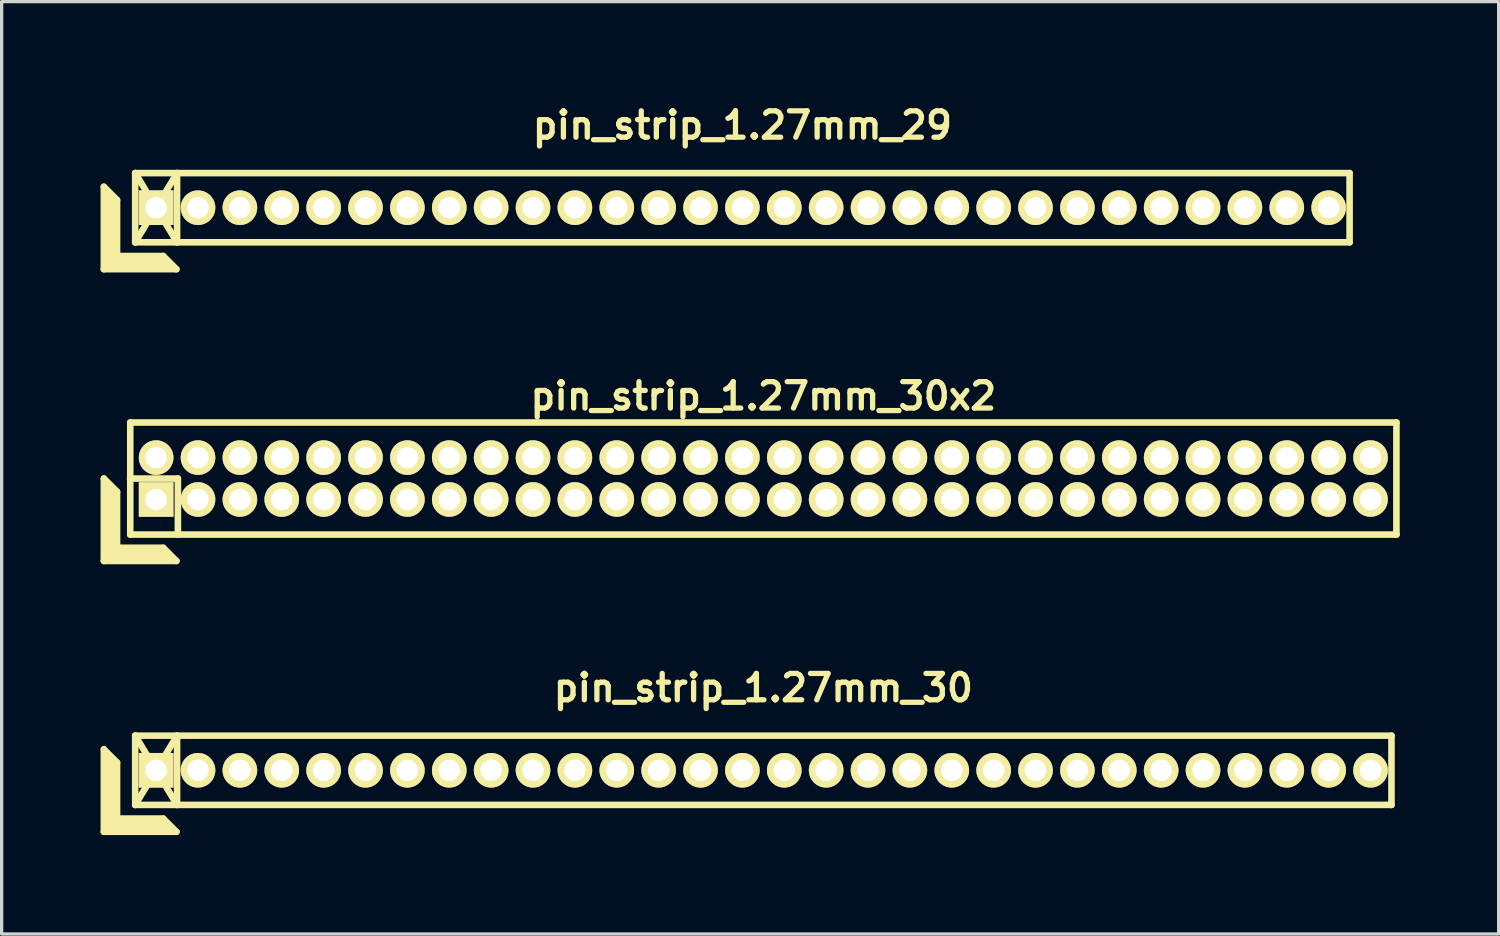
<source format=kicad_pcb>
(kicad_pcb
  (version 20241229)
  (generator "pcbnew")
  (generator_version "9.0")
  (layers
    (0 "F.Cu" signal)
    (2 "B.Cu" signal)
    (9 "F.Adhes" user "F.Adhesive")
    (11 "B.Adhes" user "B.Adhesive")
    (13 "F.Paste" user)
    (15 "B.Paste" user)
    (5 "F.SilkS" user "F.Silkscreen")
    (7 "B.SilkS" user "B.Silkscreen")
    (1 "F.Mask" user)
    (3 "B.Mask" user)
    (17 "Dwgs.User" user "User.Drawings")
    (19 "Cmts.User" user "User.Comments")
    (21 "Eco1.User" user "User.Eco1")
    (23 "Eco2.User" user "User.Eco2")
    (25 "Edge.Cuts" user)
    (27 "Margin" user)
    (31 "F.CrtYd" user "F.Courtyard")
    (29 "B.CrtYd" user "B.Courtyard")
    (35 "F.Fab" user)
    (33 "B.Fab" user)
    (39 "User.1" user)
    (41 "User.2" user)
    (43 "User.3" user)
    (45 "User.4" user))
  (footprint "pin_strip_1.27mm_29"
    (layer "F.Cu")
    (at 19.465 3.249)
    (property "Reference" "pin_strip_1.27mm_29" (at 0 -2.5 0) (layer "F.SilkS") (effects (font (size 0.8 0.8) (thickness 0.16))))
    (attr through_hole)
    (fp_line (start -19.365 -0.635) (end -19.365 1.865) (stroke (width 0.2) (type solid)) (layer "F.SilkS"))
    (fp_line (start -19.365 -0.635) (end -18.965 -0.235) (stroke (width 0.2) (type solid)) (layer "F.SilkS"))
    (fp_line (start -19.365 1.865) (end -17.165 1.865) (stroke (width 0.2) (type solid)) (layer "F.SilkS"))
    (fp_line (start -19.265 1.765) (end -19.265 -0.435) (stroke (width 0.2) (type solid)) (layer "F.SilkS"))
    (fp_line (start -19.265 1.765) (end -17.365 1.765) (stroke (width 0.2) (type solid)) (layer "F.SilkS"))
    (fp_line (start -19.165 1.665) (end -19.165 -0.335) (stroke (width 0.2) (type solid)) (layer "F.SilkS"))
    (fp_line (start -19.165 1.665) (end -17.465 1.665) (stroke (width 0.2) (type solid)) (layer "F.SilkS"))
    (fp_line (start -19.065 1.565) (end -19.065 -0.235) (stroke (width 0.2) (type solid)) (layer "F.SilkS"))
    (fp_line (start -19.065 1.565) (end -17.565 1.565) (stroke (width 0.2) (type solid)) (layer "F.SilkS"))
    (fp_line (start -18.965 1.465) (end -18.965 -0.235) (stroke (width 0.2) (type solid)) (layer "F.SilkS"))
    (fp_line (start -18.965 1.465) (end -17.565 1.465) (stroke (width 0.2) (type solid)) (layer "F.SilkS"))
    (fp_line (start -18.415 -1.05) (end -17.145 1.05) (stroke (width 0.2) (type solid)) (layer "F.SilkS"))
    (fp_line (start -18.415 -1.05) (end 18.415 -1.05) (stroke (width 0.2) (type solid)) (layer "F.SilkS"))
    (fp_line (start -18.415 1.05) (end -18.415 -1.05) (stroke (width 0.2) (type solid)) (layer "F.SilkS"))
    (fp_line (start -18.415 1.05) (end -17.145 -1.05) (stroke (width 0.2) (type solid)) (layer "F.SilkS"))
    (fp_line (start -17.565 1.465) (end -17.165 1.865) (stroke (width 0.2) (type solid)) (layer "F.SilkS"))
    (fp_line (start -17.145 -1.05) (end -17.145 1.05) (stroke (width 0.2) (type solid)) (layer "F.SilkS"))
    (fp_line (start 18.415 -1.05) (end 18.415 1.05) (stroke (width 0.2) (type solid)) (layer "F.SilkS"))
    (fp_line (start 18.415 1.05) (end -18.415 1.05) (stroke (width 0.2) (type solid)) (layer "F.SilkS"))
    (pad "1" thru_hole rect (at -17.78 0) (size 1.05 1.05) (drill 0.65) (layers "*.Cu" "*.Mask" "F.SilkS"))
    (pad "2" thru_hole oval (at -16.51 0) (size 1.05 1.05) (drill 0.65) (layers "*.Cu" "*.Mask" "F.SilkS"))
    (pad "3" thru_hole oval (at -15.24 0) (size 1.05 1.05) (drill 0.65) (layers "*.Cu" "*.Mask" "F.SilkS"))
    (pad "4" thru_hole oval (at -13.97 0) (size 1.05 1.05) (drill 0.65) (layers "*.Cu" "*.Mask" "F.SilkS"))
    (pad "5" thru_hole oval (at -12.7 0) (size 1.05 1.05) (drill 0.65) (layers "*.Cu" "*.Mask" "F.SilkS"))
    (pad "6" thru_hole oval (at -11.43 0) (size 1.05 1.05) (drill 0.65) (layers "*.Cu" "*.Mask" "F.SilkS"))
    (pad "7" thru_hole oval (at -10.16 0) (size 1.05 1.05) (drill 0.65) (layers "*.Cu" "*.Mask" "F.SilkS"))
    (pad "8" thru_hole oval (at -8.89 0) (size 1.05 1.05) (drill 0.65) (layers "*.Cu" "*.Mask" "F.SilkS"))
    (pad "9" thru_hole oval (at -7.62 0) (size 1.05 1.05) (drill 0.65) (layers "*.Cu" "*.Mask" "F.SilkS"))
    (pad "10" thru_hole oval (at -6.35 0) (size 1.05 1.05) (drill 0.65) (layers "*.Cu" "*.Mask" "F.SilkS"))
    (pad "11" thru_hole oval (at -5.08 0) (size 1.05 1.05) (drill 0.65) (layers "*.Cu" "*.Mask" "F.SilkS"))
    (pad "12" thru_hole oval (at -3.81 0) (size 1.05 1.05) (drill 0.65) (layers "*.Cu" "*.Mask" "F.SilkS"))
    (pad "13" thru_hole oval (at -2.54 0) (size 1.05 1.05) (drill 0.65) (layers "*.Cu" "*.Mask" "F.SilkS"))
    (pad "14" thru_hole oval (at -1.27 0) (size 1.05 1.05) (drill 0.65) (layers "*.Cu" "*.Mask" "F.SilkS"))
    (pad "15" thru_hole oval (at 0 0) (size 1.05 1.05) (drill 0.65) (layers "*.Cu" "*.Mask" "F.SilkS"))
    (pad "16" thru_hole oval (at 1.27 0) (size 1.05 1.05) (drill 0.65) (layers "*.Cu" "*.Mask" "F.SilkS"))
    (pad "17" thru_hole oval (at 2.54 0) (size 1.05 1.05) (drill 0.65) (layers "*.Cu" "*.Mask" "F.SilkS"))
    (pad "18" thru_hole oval (at 3.81 0) (size 1.05 1.05) (drill 0.65) (layers "*.Cu" "*.Mask" "F.SilkS"))
    (pad "19" thru_hole oval (at 5.08 0) (size 1.05 1.05) (drill 0.65) (layers "*.Cu" "*.Mask" "F.SilkS"))
    (pad "20" thru_hole oval (at 6.35 0) (size 1.05 1.05) (drill 0.65) (layers "*.Cu" "*.Mask" "F.SilkS"))
    (pad "21" thru_hole oval (at 7.62 0) (size 1.05 1.05) (drill 0.65) (layers "*.Cu" "*.Mask" "F.SilkS"))
    (pad "22" thru_hole oval (at 8.89 0) (size 1.05 1.05) (drill 0.65) (layers "*.Cu" "*.Mask" "F.SilkS"))
    (pad "23" thru_hole oval (at 10.16 0) (size 1.05 1.05) (drill 0.65) (layers "*.Cu" "*.Mask" "F.SilkS"))
    (pad "24" thru_hole oval (at 11.43 0) (size 1.05 1.05) (drill 0.65) (layers "*.Cu" "*.Mask" "F.SilkS"))
    (pad "25" thru_hole oval (at 12.7 0) (size 1.05 1.05) (drill 0.65) (layers "*.Cu" "*.Mask" "F.SilkS"))
    (pad "26" thru_hole oval (at 13.97 0) (size 1.05 1.05) (drill 0.65) (layers "*.Cu" "*.Mask" "F.SilkS"))
    (pad "27" thru_hole oval (at 15.24 0) (size 1.05 1.05) (drill 0.65) (layers "*.Cu" "*.Mask" "F.SilkS"))
    (pad "28" thru_hole oval (at 16.51 0) (size 1.05 1.05) (drill 0.65) (layers "*.Cu" "*.Mask" "F.SilkS"))
    (pad "29" thru_hole oval (at 17.78 0) (size 1.05 1.05) (drill 0.65) (layers "*.Cu" "*.Mask" "F.SilkS")))
  (footprint "pin_strip_1.27mm_30"
    (layer "F.Cu")
    (at 20.1 20.311)
    (property "Reference" "pin_strip_1.27mm_30" (at 0 -2.5 0) (layer "F.SilkS") (effects (font (size 0.8 0.8) (thickness 0.16))))
    (attr through_hole)
    (fp_line (start -20 -0.635) (end -20 1.865) (stroke (width 0.2) (type solid)) (layer "F.SilkS"))
    (fp_line (start -20 -0.635) (end -19.6 -0.235) (stroke (width 0.2) (type solid)) (layer "F.SilkS"))
    (fp_line (start -20 1.865) (end -17.8 1.865) (stroke (width 0.2) (type solid)) (layer "F.SilkS"))
    (fp_line (start -19.9 1.765) (end -19.9 -0.435) (stroke (width 0.2) (type solid)) (layer "F.SilkS"))
    (fp_line (start -19.9 1.765) (end -18 1.765) (stroke (width 0.2) (type solid)) (layer "F.SilkS"))
    (fp_line (start -19.8 1.665) (end -19.8 -0.335) (stroke (width 0.2) (type solid)) (layer "F.SilkS"))
    (fp_line (start -19.8 1.665) (end -18.1 1.665) (stroke (width 0.2) (type solid)) (layer "F.SilkS"))
    (fp_line (start -19.7 1.565) (end -19.7 -0.235) (stroke (width 0.2) (type solid)) (layer "F.SilkS"))
    (fp_line (start -19.7 1.565) (end -18.2 1.565) (stroke (width 0.2) (type solid)) (layer "F.SilkS"))
    (fp_line (start -19.6 1.465) (end -19.6 -0.235) (stroke (width 0.2) (type solid)) (layer "F.SilkS"))
    (fp_line (start -19.6 1.465) (end -18.2 1.465) (stroke (width 0.2) (type solid)) (layer "F.SilkS"))
    (fp_line (start -19.05 -1.05) (end -17.78 1.05) (stroke (width 0.2) (type solid)) (layer "F.SilkS"))
    (fp_line (start -19.05 -1.05) (end 19.05 -1.05) (stroke (width 0.2) (type solid)) (layer "F.SilkS"))
    (fp_line (start -19.05 1.05) (end -19.05 -1.05) (stroke (width 0.2) (type solid)) (layer "F.SilkS"))
    (fp_line (start -19.05 1.05) (end -17.78 -1.05) (stroke (width 0.2) (type solid)) (layer "F.SilkS"))
    (fp_line (start -18.2 1.465) (end -17.8 1.865) (stroke (width 0.2) (type solid)) (layer "F.SilkS"))
    (fp_line (start -17.78 -1.05) (end -17.78 1.05) (stroke (width 0.2) (type solid)) (layer "F.SilkS"))
    (fp_line (start 19.05 -1.05) (end 19.05 1.05) (stroke (width 0.2) (type solid)) (layer "F.SilkS"))
    (fp_line (start 19.05 1.05) (end -19.05 1.05) (stroke (width 0.2) (type solid)) (layer "F.SilkS"))
    (pad "1" thru_hole rect (at -18.415 0) (size 1.05 1.05) (drill 0.65) (layers "*.Cu" "*.Mask" "F.SilkS"))
    (pad "2" thru_hole oval (at -17.145 0) (size 1.05 1.05) (drill 0.65) (layers "*.Cu" "*.Mask" "F.SilkS"))
    (pad "3" thru_hole oval (at -15.875 0) (size 1.05 1.05) (drill 0.65) (layers "*.Cu" "*.Mask" "F.SilkS"))
    (pad "4" thru_hole oval (at -14.605 0) (size 1.05 1.05) (drill 0.65) (layers "*.Cu" "*.Mask" "F.SilkS"))
    (pad "5" thru_hole oval (at -13.335 0) (size 1.05 1.05) (drill 0.65) (layers "*.Cu" "*.Mask" "F.SilkS"))
    (pad "6" thru_hole oval (at -12.065 0) (size 1.05 1.05) (drill 0.65) (layers "*.Cu" "*.Mask" "F.SilkS"))
    (pad "7" thru_hole oval (at -10.795 0) (size 1.05 1.05) (drill 0.65) (layers "*.Cu" "*.Mask" "F.SilkS"))
    (pad "8" thru_hole oval (at -9.525 0) (size 1.05 1.05) (drill 0.65) (layers "*.Cu" "*.Mask" "F.SilkS"))
    (pad "9" thru_hole oval (at -8.255 0) (size 1.05 1.05) (drill 0.65) (layers "*.Cu" "*.Mask" "F.SilkS"))
    (pad "10" thru_hole oval (at -6.985 0) (size 1.05 1.05) (drill 0.65) (layers "*.Cu" "*.Mask" "F.SilkS"))
    (pad "11" thru_hole oval (at -5.715 0) (size 1.05 1.05) (drill 0.65) (layers "*.Cu" "*.Mask" "F.SilkS"))
    (pad "12" thru_hole oval (at -4.445 0) (size 1.05 1.05) (drill 0.65) (layers "*.Cu" "*.Mask" "F.SilkS"))
    (pad "13" thru_hole oval (at -3.175 0) (size 1.05 1.05) (drill 0.65) (layers "*.Cu" "*.Mask" "F.SilkS"))
    (pad "14" thru_hole oval (at -1.905 0) (size 1.05 1.05) (drill 0.65) (layers "*.Cu" "*.Mask" "F.SilkS"))
    (pad "15" thru_hole oval (at -0.635 0) (size 1.05 1.05) (drill 0.65) (layers "*.Cu" "*.Mask" "F.SilkS"))
    (pad "16" thru_hole oval (at 0.635 0) (size 1.05 1.05) (drill 0.65) (layers "*.Cu" "*.Mask" "F.SilkS"))
    (pad "17" thru_hole oval (at 1.905 0) (size 1.05 1.05) (drill 0.65) (layers "*.Cu" "*.Mask" "F.SilkS"))
    (pad "18" thru_hole oval (at 3.175 0) (size 1.05 1.05) (drill 0.65) (layers "*.Cu" "*.Mask" "F.SilkS"))
    (pad "19" thru_hole oval (at 4.445 0) (size 1.05 1.05) (drill 0.65) (layers "*.Cu" "*.Mask" "F.SilkS"))
    (pad "20" thru_hole oval (at 5.715 0) (size 1.05 1.05) (drill 0.65) (layers "*.Cu" "*.Mask" "F.SilkS"))
    (pad "21" thru_hole oval (at 6.985 0) (size 1.05 1.05) (drill 0.65) (layers "*.Cu" "*.Mask" "F.SilkS"))
    (pad "22" thru_hole oval (at 8.255 0) (size 1.05 1.05) (drill 0.65) (layers "*.Cu" "*.Mask" "F.SilkS"))
    (pad "23" thru_hole oval (at 9.525 0) (size 1.05 1.05) (drill 0.65) (layers "*.Cu" "*.Mask" "F.SilkS"))
    (pad "24" thru_hole oval (at 10.795 0) (size 1.05 1.05) (drill 0.65) (layers "*.Cu" "*.Mask" "F.SilkS"))
    (pad "25" thru_hole oval (at 12.065 0) (size 1.05 1.05) (drill 0.65) (layers "*.Cu" "*.Mask" "F.SilkS"))
    (pad "26" thru_hole oval (at 13.335 0) (size 1.05 1.05) (drill 0.65) (layers "*.Cu" "*.Mask" "F.SilkS"))
    (pad "27" thru_hole oval (at 14.605 0) (size 1.05 1.05) (drill 0.65) (layers "*.Cu" "*.Mask" "F.SilkS"))
    (pad "28" thru_hole oval (at 15.875 0) (size 1.05 1.05) (drill 0.65) (layers "*.Cu" "*.Mask" "F.SilkS"))
    (pad "29" thru_hole oval (at 17.145 0) (size 1.05 1.05) (drill 0.65) (layers "*.Cu" "*.Mask" "F.SilkS"))
    (pad "30" thru_hole oval (at 18.415 0) (size 1.05 1.05) (drill 0.65) (layers "*.Cu" "*.Mask" "F.SilkS")))
  (footprint "pin_strip_1.27mm_30x2"
    (layer "F.Cu")
    (at 20.1 11.463)
    (property "Reference" "pin_strip_1.27mm_30x2" (at 0 -2.5 0) (layer "F.SilkS") (effects (font (size 0.8 0.8) (thickness 0.16))))
    (attr through_hole)
    (fp_line (start -20 0) (end -20 2.5) (stroke (width 0.2) (type solid)) (layer "F.SilkS"))
    (fp_line (start -20 0) (end -19.6 0.4) (stroke (width 0.2) (type solid)) (layer "F.SilkS"))
    (fp_line (start -20 2.5) (end -17.8 2.5) (stroke (width 0.2) (type solid)) (layer "F.SilkS"))
    (fp_line (start -19.9 2.4) (end -19.9 0.2) (stroke (width 0.2) (type solid)) (layer "F.SilkS"))
    (fp_line (start -19.9 2.4) (end -18 2.4) (stroke (width 0.2) (type solid)) (layer "F.SilkS"))
    (fp_line (start -19.8 2.3) (end -19.8 0.3) (stroke (width 0.2) (type solid)) (layer "F.SilkS"))
    (fp_line (start -19.8 2.3) (end -18.1 2.3) (stroke (width 0.2) (type solid)) (layer "F.SilkS"))
    (fp_line (start -19.7 2.2) (end -19.7 0.4) (stroke (width 0.2) (type solid)) (layer "F.SilkS"))
    (fp_line (start -19.7 2.2) (end -18.2 2.2) (stroke (width 0.2) (type solid)) (layer "F.SilkS"))
    (fp_line (start -19.6 2.1) (end -19.6 0.4) (stroke (width 0.2) (type solid)) (layer "F.SilkS"))
    (fp_line (start -19.6 2.1) (end -18.2 2.1) (stroke (width 0.2) (type solid)) (layer "F.SilkS"))
    (fp_line (start -19.205 0) (end -17.755 0) (stroke (width 0.2) (type solid)) (layer "F.SilkS"))
    (fp_line (start -19.2 -1.7) (end 19.2 -1.7) (stroke (width 0.2) (type solid)) (layer "F.SilkS"))
    (fp_line (start -19.2 1.7) (end -19.2 -1.7) (stroke (width 0.2) (type solid)) (layer "F.SilkS"))
    (fp_line (start -18.2 2.1) (end -17.8 2.5) (stroke (width 0.2) (type solid)) (layer "F.SilkS"))
    (fp_line (start -17.755 0) (end -17.755 1.7) (stroke (width 0.2) (type solid)) (layer "F.SilkS"))
    (fp_line (start 19.2 -1.7) (end 19.2 1.7) (stroke (width 0.2) (type solid)) (layer "F.SilkS"))
    (fp_line (start 19.2 1.7) (end -19.2 1.7) (stroke (width 0.2) (type solid)) (layer "F.SilkS"))
    (pad "1" thru_hole rect (at -18.415 0.635) (size 1.05 1.05) (drill 0.65) (layers "*.Cu" "*.Mask" "F.SilkS"))
    (pad "2" thru_hole oval (at -18.415 -0.635) (size 1.05 1.05) (drill 0.65) (layers "*.Cu" "*.Mask" "F.SilkS"))
    (pad "3" thru_hole oval (at -17.145 0.635) (size 1.05 1.05) (drill 0.65) (layers "*.Cu" "*.Mask" "F.SilkS"))
    (pad "4" thru_hole oval (at -17.145 -0.635) (size 1.05 1.05) (drill 0.65) (layers "*.Cu" "*.Mask" "F.SilkS"))
    (pad "5" thru_hole oval (at -15.875 0.635) (size 1.05 1.05) (drill 0.65) (layers "*.Cu" "*.Mask" "F.SilkS"))
    (pad "6" thru_hole oval (at -15.875 -0.635) (size 1.05 1.05) (drill 0.65) (layers "*.Cu" "*.Mask" "F.SilkS"))
    (pad "7" thru_hole oval (at -14.605 0.635) (size 1.05 1.05) (drill 0.65) (layers "*.Cu" "*.Mask" "F.SilkS"))
    (pad "8" thru_hole oval (at -14.605 -0.635) (size 1.05 1.05) (drill 0.65) (layers "*.Cu" "*.Mask" "F.SilkS"))
    (pad "9" thru_hole oval (at -13.335 0.635) (size 1.05 1.05) (drill 0.65) (layers "*.Cu" "*.Mask" "F.SilkS"))
    (pad "10" thru_hole oval (at -13.335 -0.635) (size 1.05 1.05) (drill 0.65) (layers "*.Cu" "*.Mask" "F.SilkS"))
    (pad "11" thru_hole oval (at -12.065 0.635) (size 1.05 1.05) (drill 0.65) (layers "*.Cu" "*.Mask" "F.SilkS"))
    (pad "12" thru_hole oval (at -12.065 -0.635) (size 1.05 1.05) (drill 0.65) (layers "*.Cu" "*.Mask" "F.SilkS"))
    (pad "13" thru_hole oval (at -10.795 0.635) (size 1.05 1.05) (drill 0.65) (layers "*.Cu" "*.Mask" "F.SilkS"))
    (pad "14" thru_hole oval (at -10.795 -0.635) (size 1.05 1.05) (drill 0.65) (layers "*.Cu" "*.Mask" "F.SilkS"))
    (pad "15" thru_hole oval (at -9.525 0.635) (size 1.05 1.05) (drill 0.65) (layers "*.Cu" "*.Mask" "F.SilkS"))
    (pad "16" thru_hole oval (at -9.525 -0.635) (size 1.05 1.05) (drill 0.65) (layers "*.Cu" "*.Mask" "F.SilkS"))
    (pad "17" thru_hole oval (at -8.255 0.635) (size 1.05 1.05) (drill 0.65) (layers "*.Cu" "*.Mask" "F.SilkS"))
    (pad "18" thru_hole oval (at -8.255 -0.635) (size 1.05 1.05) (drill 0.65) (layers "*.Cu" "*.Mask" "F.SilkS"))
    (pad "19" thru_hole oval (at -6.985 0.635) (size 1.05 1.05) (drill 0.65) (layers "*.Cu" "*.Mask" "F.SilkS"))
    (pad "20" thru_hole oval (at -6.985 -0.635) (size 1.05 1.05) (drill 0.65) (layers "*.Cu" "*.Mask" "F.SilkS"))
    (pad "21" thru_hole oval (at -5.715 0.635) (size 1.05 1.05) (drill 0.65) (layers "*.Cu" "*.Mask" "F.SilkS"))
    (pad "22" thru_hole oval (at -5.715 -0.635) (size 1.05 1.05) (drill 0.65) (layers "*.Cu" "*.Mask" "F.SilkS"))
    (pad "23" thru_hole oval (at -4.445 0.635) (size 1.05 1.05) (drill 0.65) (layers "*.Cu" "*.Mask" "F.SilkS"))
    (pad "24" thru_hole oval (at -4.445 -0.635) (size 1.05 1.05) (drill 0.65) (layers "*.Cu" "*.Mask" "F.SilkS"))
    (pad "25" thru_hole oval (at -3.175 0.635) (size 1.05 1.05) (drill 0.65) (layers "*.Cu" "*.Mask" "F.SilkS"))
    (pad "26" thru_hole oval (at -3.175 -0.635) (size 1.05 1.05) (drill 0.65) (layers "*.Cu" "*.Mask" "F.SilkS"))
    (pad "27" thru_hole oval (at -1.905 0.635) (size 1.05 1.05) (drill 0.65) (layers "*.Cu" "*.Mask" "F.SilkS"))
    (pad "28" thru_hole oval (at -1.905 -0.635) (size 1.05 1.05) (drill 0.65) (layers "*.Cu" "*.Mask" "F.SilkS"))
    (pad "29" thru_hole oval (at -0.635 0.635) (size 1.05 1.05) (drill 0.65) (layers "*.Cu" "*.Mask" "F.SilkS"))
    (pad "30" thru_hole oval (at -0.635 -0.635) (size 1.05 1.05) (drill 0.65) (layers "*.Cu" "*.Mask" "F.SilkS"))
    (pad "31" thru_hole oval (at 0.635 0.635) (size 1.05 1.05) (drill 0.65) (layers "*.Cu" "*.Mask" "F.SilkS"))
    (pad "32" thru_hole oval (at 0.635 -0.635) (size 1.05 1.05) (drill 0.65) (layers "*.Cu" "*.Mask" "F.SilkS"))
    (pad "33" thru_hole oval (at 1.905 0.635) (size 1.05 1.05) (drill 0.65) (layers "*.Cu" "*.Mask" "F.SilkS"))
    (pad "34" thru_hole oval (at 1.905 -0.635) (size 1.05 1.05) (drill 0.65) (layers "*.Cu" "*.Mask" "F.SilkS"))
    (pad "35" thru_hole oval (at 3.175 0.635) (size 1.05 1.05) (drill 0.65) (layers "*.Cu" "*.Mask" "F.SilkS"))
    (pad "36" thru_hole oval (at 3.175 -0.635) (size 1.05 1.05) (drill 0.65) (layers "*.Cu" "*.Mask" "F.SilkS"))
    (pad "37" thru_hole oval (at 4.445 0.635) (size 1.05 1.05) (drill 0.65) (layers "*.Cu" "*.Mask" "F.SilkS"))
    (pad "38" thru_hole oval (at 4.445 -0.635) (size 1.05 1.05) (drill 0.65) (layers "*.Cu" "*.Mask" "F.SilkS"))
    (pad "39" thru_hole oval (at 5.715 0.635) (size 1.05 1.05) (drill 0.65) (layers "*.Cu" "*.Mask" "F.SilkS"))
    (pad "40" thru_hole oval (at 5.715 -0.635) (size 1.05 1.05) (drill 0.65) (layers "*.Cu" "*.Mask" "F.SilkS"))
    (pad "41" thru_hole oval (at 6.985 0.635) (size 1.05 1.05) (drill 0.65) (layers "*.Cu" "*.Mask" "F.SilkS"))
    (pad "42" thru_hole oval (at 6.985 -0.635) (size 1.05 1.05) (drill 0.65) (layers "*.Cu" "*.Mask" "F.SilkS"))
    (pad "43" thru_hole oval (at 8.255 0.635) (size 1.05 1.05) (drill 0.65) (layers "*.Cu" "*.Mask" "F.SilkS"))
    (pad "44" thru_hole oval (at 8.255 -0.635) (size 1.05 1.05) (drill 0.65) (layers "*.Cu" "*.Mask" "F.SilkS"))
    (pad "45" thru_hole oval (at 9.525 0.635) (size 1.05 1.05) (drill 0.65) (layers "*.Cu" "*.Mask" "F.SilkS"))
    (pad "46" thru_hole oval (at 9.525 -0.635) (size 1.05 1.05) (drill 0.65) (layers "*.Cu" "*.Mask" "F.SilkS"))
    (pad "47" thru_hole oval (at 10.795 0.635) (size 1.05 1.05) (drill 0.65) (layers "*.Cu" "*.Mask" "F.SilkS"))
    (pad "48" thru_hole oval (at 10.795 -0.635) (size 1.05 1.05) (drill 0.65) (layers "*.Cu" "*.Mask" "F.SilkS"))
    (pad "49" thru_hole oval (at 12.065 0.635) (size 1.05 1.05) (drill 0.65) (layers "*.Cu" "*.Mask" "F.SilkS"))
    (pad "50" thru_hole oval (at 12.065 -0.635) (size 1.05 1.05) (drill 0.65) (layers "*.Cu" "*.Mask" "F.SilkS"))
    (pad "51" thru_hole circle (at 13.335 0.635) (size 1.05 1.05) (drill 0.65) (layers "*.Cu" "*.Mask" "F.SilkS"))
    (pad "52" thru_hole oval (at 13.335 -0.635) (size 1.05 1.05) (drill 0.65) (layers "*.Cu" "*.Mask" "F.SilkS"))
    (pad "53" thru_hole oval (at 14.605 0.635) (size 1.05 1.05) (drill 0.65) (layers "*.Cu" "*.Mask" "F.SilkS"))
    (pad "54" thru_hole oval (at 14.605 -0.635) (size 1.05 1.05) (drill 0.65) (layers "*.Cu" "*.Mask" "F.SilkS"))
    (pad "55" thru_hole oval (at 15.875 0.635) (size 1.05 1.05) (drill 0.65) (layers "*.Cu" "*.Mask" "F.SilkS"))
    (pad "56" thru_hole oval (at 15.875 -0.635) (size 1.05 1.05) (drill 0.65) (layers "*.Cu" "*.Mask" "F.SilkS"))
    (pad "57" thru_hole oval (at 17.145 0.635) (size 1.05 1.05) (drill 0.65) (layers "*.Cu" "*.Mask" "F.SilkS"))
    (pad "58" thru_hole oval (at 17.145 -0.635) (size 1.05 1.05) (drill 0.65) (layers "*.Cu" "*.Mask" "F.SilkS"))
    (pad "59" thru_hole oval (at 18.415 0.635) (size 1.05 1.05) (drill 0.65) (layers "*.Cu" "*.Mask" "F.SilkS"))
    (pad "60" thru_hole oval (at 18.415 -0.635) (size 1.05 1.05) (drill 0.65) (layers "*.Cu" "*.Mask" "F.SilkS")))
  (gr_rect
    (start -3 -3)
    (end 42.4 25.276)
    (stroke (width 0.1) (type default))
    (fill no)
    (layer "Edge.Cuts")))
</source>
